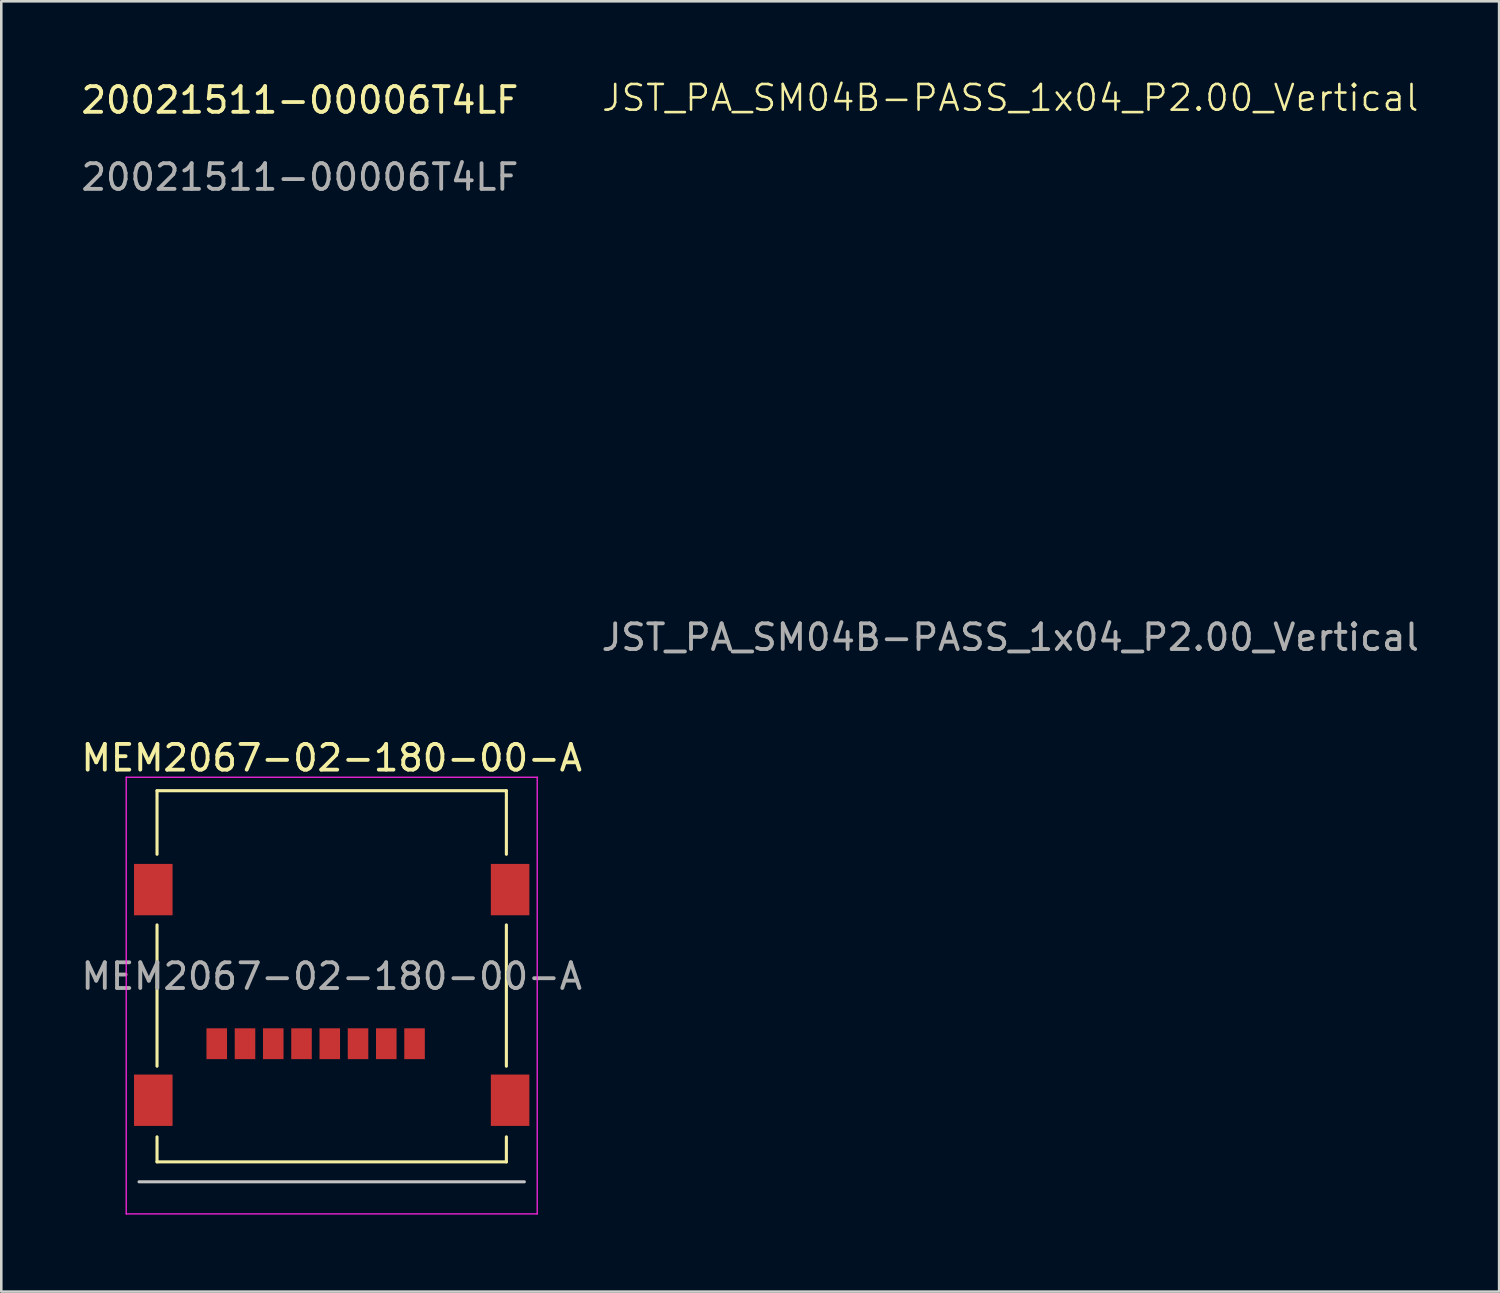
<source format=kicad_pcb>
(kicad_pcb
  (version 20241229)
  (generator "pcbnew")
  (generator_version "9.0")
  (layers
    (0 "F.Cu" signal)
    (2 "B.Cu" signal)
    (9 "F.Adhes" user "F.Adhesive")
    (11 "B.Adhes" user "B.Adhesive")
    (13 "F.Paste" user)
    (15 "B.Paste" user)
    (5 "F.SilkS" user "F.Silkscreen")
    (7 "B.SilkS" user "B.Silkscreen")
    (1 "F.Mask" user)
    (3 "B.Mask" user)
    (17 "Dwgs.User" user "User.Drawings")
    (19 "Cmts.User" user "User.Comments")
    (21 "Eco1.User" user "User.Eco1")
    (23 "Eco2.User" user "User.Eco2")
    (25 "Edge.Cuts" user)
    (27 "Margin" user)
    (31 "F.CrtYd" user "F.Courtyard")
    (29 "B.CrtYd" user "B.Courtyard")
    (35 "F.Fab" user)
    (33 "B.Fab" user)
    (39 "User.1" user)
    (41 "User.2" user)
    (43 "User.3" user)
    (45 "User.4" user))
  (footprint "MEM2067-02-180-00-A"
    (layer "F.Cu")
    (at 9.863 34.957)
    (property "Reference" "MEM2067-02-180-00-A" (at 0 -8.5 0) (layer "F.SilkS") (effects (font (size 1 1) (thickness 0.15))))
    (attr smd)
    (fp_line (start -6.8 -7.225) (end -6.8 -4.75) (stroke (width 0.12) (type solid)) (layer "F.SilkS"))
    (fp_line (start -6.8 -7.225) (end 6.8 -7.225) (stroke (width 0.12) (type solid)) (layer "F.SilkS"))
    (fp_line (start -6.8 -2) (end -6.8 3.5) (stroke (width 0.12) (type solid)) (layer "F.SilkS"))
    (fp_line (start -6.8 7.225) (end -6.8 6.25) (stroke (width 0.12) (type solid)) (layer "F.SilkS"))
    (fp_line (start 6.8 -7.225) (end 6.8 -4.75) (stroke (width 0.12) (type solid)) (layer "F.SilkS"))
    (fp_line (start 6.8 -2) (end 6.8 3.5) (stroke (width 0.12) (type solid)) (layer "F.SilkS"))
    (fp_line (start 6.8 7.225) (end -6.8 7.225) (stroke (width 0.12) (type solid)) (layer "F.SilkS"))
    (fp_line (start 6.8 7.225) (end 6.8 6.25) (stroke (width 0.12) (type solid)) (layer "F.SilkS"))
    (fp_line (start -7.5 8) (end 7.5 8) (stroke (width 0.12) (type solid)) (layer "Dwgs.User"))
    (fp_line (start -8 -7.75) (end 8 -7.75) (stroke (width 0.05) (type solid)) (layer "F.CrtYd"))
    (fp_line (start -8 9.25) (end -8 -7.75) (stroke (width 0.05) (type solid)) (layer "F.CrtYd"))
    (fp_line (start 8 -7.75) (end 8 9.25) (stroke (width 0.05) (type solid)) (layer "F.CrtYd"))
    (fp_line (start 8 9.25) (end -8 9.25) (stroke (width 0.05) (type solid)) (layer "F.CrtYd"))
    (fp_text user "D3 " (at 2.125 3.225 90) (unlocked yes) (layer "F.Mask") (effects (font (size 0.8 0.8) (thickness 0.15)) (justify right)))
    (fp_text user "D0 " (at -3.375 3.225 90) (unlocked yes) (layer "F.Mask") (effects (font (size 0.8 0.8) (thickness 0.15)) (justify right)))
    (fp_text user "D2 " (at 3.225 3.225 90) (unlocked yes) (layer "F.Mask") (effects (font (size 0.8 0.8) (thickness 0.15)) (justify right)))
    (fp_text user "D1 " (at -4.475 3.225 90) (unlocked yes) (layer "F.Mask") (effects (font (size 0.8 0.8) (thickness 0.15)) (justify right)))
    (fp_text user "GND " (at -2.275 3.225 90) (unlocked yes) (layer "F.Mask") (effects (font (size 0.8 0.8) (thickness 0.15)) (justify right)))
    (fp_text user "CLK " (at -1.175 3.225 90) (unlocked yes) (layer "F.Mask") (effects (font (size 0.8 0.8) (thickness 0.15)) (justify right)))
    (fp_text user "VDD " (at -0.075 3.225 90) (unlocked yes) (layer "F.Mask") (effects (font (size 0.8 0.8) (thickness 0.15)) (justify right)))
    (fp_text user "CMD " (at 1.025 3.225 90) (unlocked yes) (layer "F.Mask") (effects (font (size 0.8 0.8) (thickness 0.15)) (justify right)))
    (fp_text user "${REFERENCE}" (at 0 0 0) (layer "F.Fab") (effects (font (size 1 1) (thickness 0.15))))
    (pad "1" smd rect (at 3.225 2.625) (size 0.8 1.2) (layers "F.Cu" "F.Mask" "F.Paste"))
    (pad "2" smd rect (at 2.125 2.625) (size 0.8 1.2) (layers "F.Cu" "F.Mask" "F.Paste"))
    (pad "3" smd rect (at 1.025 2.625) (size 0.8 1.2) (layers "F.Cu" "F.Mask" "F.Paste"))
    (pad "4" smd rect (at -0.075 2.625) (size 0.8 1.2) (layers "F.Cu" "F.Mask" "F.Paste"))
    (pad "5" smd rect (at -1.175 2.625) (size 0.8 1.2) (layers "F.Cu" "F.Mask" "F.Paste"))
    (pad "6" smd rect (at -2.275 2.625) (size 0.8 1.2) (layers "F.Cu" "F.Mask" "F.Paste"))
    (pad "7" smd rect (at -3.375 2.625) (size 0.8 1.2) (layers "F.Cu" "F.Mask" "F.Paste"))
    (pad "8" smd rect (at -4.475 2.625) (size 0.8 1.2) (layers "F.Cu" "F.Mask" "F.Paste"))
    (pad "9" smd rect (at -6.945 -3.375) (size 1.5 2) (layers "F.Cu" "F.Mask" "F.Paste"))
    (pad "9" smd rect (at -6.945 4.825) (size 1.5 2) (layers "F.Cu" "F.Mask" "F.Paste"))
    (pad "9" smd rect (at 6.945 -3.375) (size 1.5 2) (layers "F.Cu" "F.Mask" "F.Paste"))
    (pad "9" smd rect (at 6.945 4.825) (size 1.5 2) (layers "F.Cu" "F.Mask" "F.Paste"))
    (zone (net_name "") (layer "F.Cu") (hatch edge 0.508) (connect_pads) (min_thickness 0.254) (filled_areas_thickness no) (keepout (tracks not_allowed) (vias not_allowed) (pads not_allowed) (copperpour not_allowed) (footprints not_allowed)) (placement (enabled no)) (fill) (polygon (pts (xy 13.713 31.932) (xy 13.713 29.132) (xy 4.713 29.132) (xy 4.713 31.932)))))
  (footprint "20021511-00006T4LF"
    (layer "F.Cu")
    (at 8.625 1.348)
    (property "Reference" "20021511-00006T4LF" (at 0 -0.5 0) (unlocked yes) (layer "F.SilkS") (effects (font (size 1 1) (thickness 0.15))))
    (attr smd)
    (fp_text user "${REFERENCE}" (at 0 2.5 0) (unlocked yes) (layer "F.Fab") (effects (font (size 1 1) (thickness 0.15)))))
  (footprint "JST_PA_SM04B-PASS_1x04_P2.00_Vertical"
    (layer "F.Cu")
    (at 36.28 9.861)
    (property "Reference" "JST_PA_SM04B-PASS_1x04_P2.00_Vertical" (at 0 -9.1 0) (unlocked yes) (layer "F.SilkS") (effects (font (size 1 1) (thickness 0.1))))
    (attr smd)
    (fp_text user "${REFERENCE}" (at 0 11.9 0) (unlocked yes) (layer "F.Fab") (effects (font (size 1 1) (thickness 0.15)))))
  (gr_rect
    (start -3 -3)
    (end 55.31 47.232)
    (stroke (width 0.1) (type default))
    (fill no)
    (layer "Edge.Cuts")))
</source>
